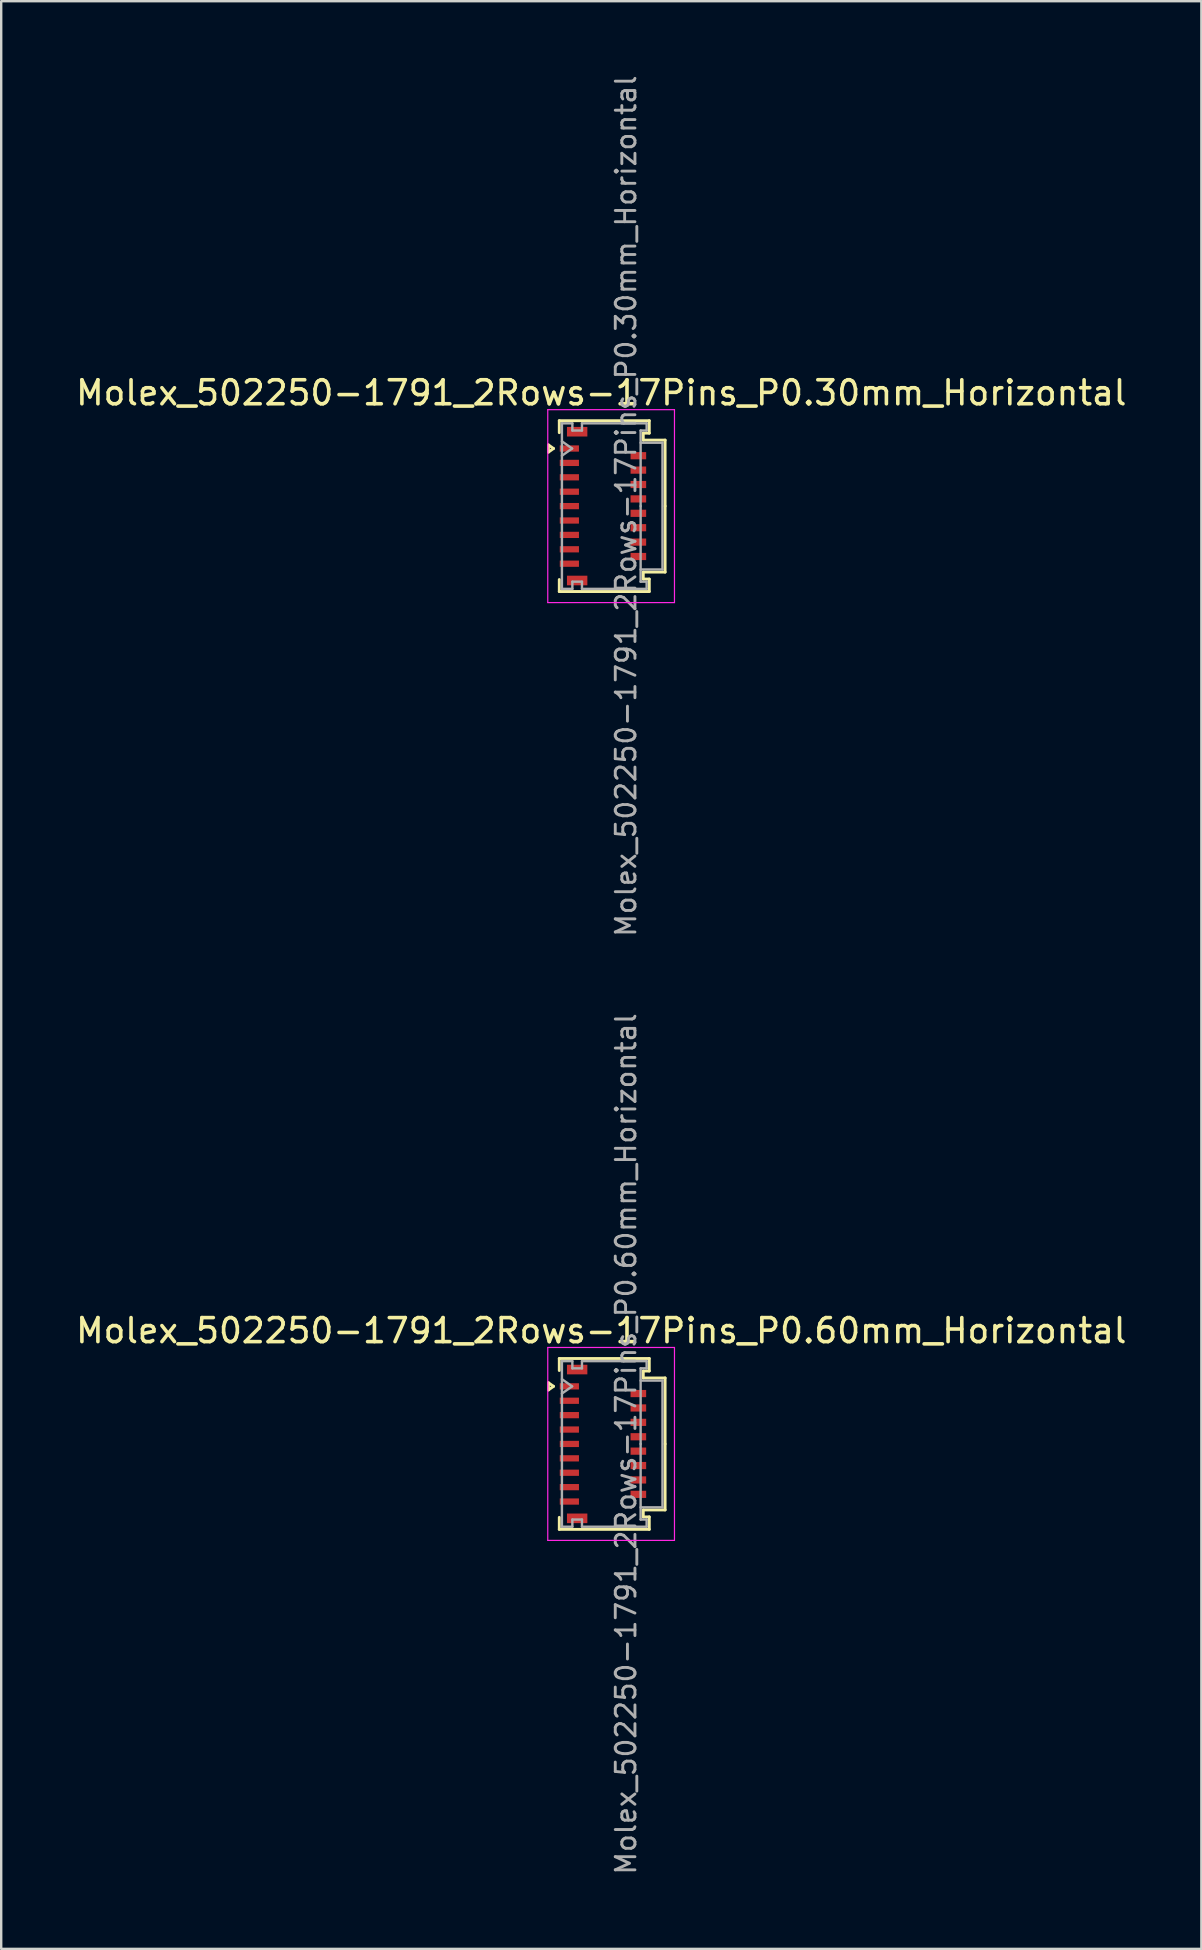
<source format=kicad_pcb>
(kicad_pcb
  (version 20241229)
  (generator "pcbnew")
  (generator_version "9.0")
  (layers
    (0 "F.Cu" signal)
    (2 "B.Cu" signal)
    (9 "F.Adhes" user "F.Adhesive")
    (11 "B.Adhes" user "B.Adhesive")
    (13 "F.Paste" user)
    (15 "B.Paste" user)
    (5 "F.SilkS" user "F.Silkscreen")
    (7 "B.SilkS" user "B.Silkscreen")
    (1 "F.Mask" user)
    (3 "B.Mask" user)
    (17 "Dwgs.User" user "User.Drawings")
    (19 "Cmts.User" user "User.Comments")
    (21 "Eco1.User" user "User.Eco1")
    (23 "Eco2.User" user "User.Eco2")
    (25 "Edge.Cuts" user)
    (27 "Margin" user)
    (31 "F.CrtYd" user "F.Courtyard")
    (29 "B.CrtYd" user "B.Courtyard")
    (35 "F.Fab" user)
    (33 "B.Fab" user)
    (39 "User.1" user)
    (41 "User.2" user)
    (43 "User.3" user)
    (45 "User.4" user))
  (footprint "Molex_502250-1791_2Rows-17Pins_P0.60mm_Horizontal"
    (layer "F.Cu")
    (at 22.076 57.121)
    (property "Reference" "Molex_502250-1791_2Rows-17Pins_P0.60mm_Horizontal" (at -0.07 -4.72 0) (layer "F.SilkS") (effects (font (size 1 1) (thickness 0.15))))
    (attr smd)
    (fp_line (start -2.272 -2.55) (end -2.06 -2.4) (stroke (width 0.12) (type solid)) (layer "F.SilkS"))
    (fp_line (start -2.272 -2.25) (end -2.272 -2.55) (stroke (width 0.12) (type solid)) (layer "F.SilkS"))
    (fp_line (start -2.06 -2.4) (end -2.272 -2.25) (stroke (width 0.12) (type solid)) (layer "F.SilkS"))
    (fp_line (start -1.82 -3.56) (end 1.93 -3.56) (stroke (width 0.12) (type solid)) (layer "F.SilkS"))
    (fp_line (start -1.82 -3.06) (end -1.82 -3.56) (stroke (width 0.12) (type solid)) (layer "F.SilkS"))
    (fp_line (start -1.82 3.06) (end -1.82 3.56) (stroke (width 0.12) (type solid)) (layer "F.SilkS"))
    (fp_line (start -1.82 3.56) (end 1.93 3.56) (stroke (width 0.12) (type solid)) (layer "F.SilkS"))
    (fp_line (start 1.68 -3.04) (end 1.68 -2.75) (stroke (width 0.12) (type solid)) (layer "F.SilkS"))
    (fp_line (start 1.68 -2.75) (end 2.59 -2.75) (stroke (width 0.12) (type solid)) (layer "F.SilkS"))
    (fp_line (start 1.68 2.75) (end 2.59 2.75) (stroke (width 0.12) (type solid)) (layer "F.SilkS"))
    (fp_line (start 1.68 3.04) (end 1.68 2.75) (stroke (width 0.12) (type solid)) (layer "F.SilkS"))
    (fp_line (start 1.93 -3.56) (end 1.93 -3.04) (stroke (width 0.12) (type solid)) (layer "F.SilkS"))
    (fp_line (start 1.93 -3.04) (end 1.68 -3.04) (stroke (width 0.12) (type solid)) (layer "F.SilkS"))
    (fp_line (start 1.93 3.04) (end 1.68 3.04) (stroke (width 0.12) (type solid)) (layer "F.SilkS"))
    (fp_line (start 1.93 3.56) (end 1.93 3.04) (stroke (width 0.12) (type solid)) (layer "F.SilkS"))
    (fp_line (start 2.59 -2.75) (end 2.59 0) (stroke (width 0.12) (type solid)) (layer "F.SilkS"))
    (fp_line (start 2.59 2.75) (end 2.59 0) (stroke (width 0.12) (type solid)) (layer "F.SilkS"))
    (fp_line (start -2.3 -4.02) (end -2.3 4.02) (stroke (width 0.05) (type solid)) (layer "F.CrtYd"))
    (fp_line (start -2.3 4.02) (end 2.98 4.02) (stroke (width 0.05) (type solid)) (layer "F.CrtYd"))
    (fp_line (start 2.98 -4.02) (end -2.3 -4.02) (stroke (width 0.05) (type solid)) (layer "F.CrtYd"))
    (fp_line (start 2.98 4.02) (end 2.98 -4.02) (stroke (width 0.05) (type solid)) (layer "F.CrtYd"))
    (fp_line (start -1.71 -3.45) (end -1.275 -3.45) (stroke (width 0.1) (type solid)) (layer "F.Fab"))
    (fp_line (start -1.71 -2.7) (end -1.286 -2.4) (stroke (width 0.1) (type solid)) (layer "F.Fab"))
    (fp_line (start -1.71 0) (end -1.71 -3.45) (stroke (width 0.1) (type solid)) (layer "F.Fab"))
    (fp_line (start -1.71 0) (end -1.71 3.45) (stroke (width 0.1) (type solid)) (layer "F.Fab"))
    (fp_line (start -1.71 3.45) (end -1.275 3.45) (stroke (width 0.1) (type solid)) (layer "F.Fab"))
    (fp_line (start -1.286 -2.4) (end -1.71 -2.1) (stroke (width 0.1) (type solid)) (layer "F.Fab"))
    (fp_line (start -1.275 -3.45) (end -1.275 -3.15) (stroke (width 0.1) (type solid)) (layer "F.Fab"))
    (fp_line (start -1.275 -3.15) (end -0.875 -3.15) (stroke (width 0.1) (type solid)) (layer "F.Fab"))
    (fp_line (start -1.275 3.15) (end -0.875 3.15) (stroke (width 0.1) (type solid)) (layer "F.Fab"))
    (fp_line (start -1.275 3.45) (end -1.275 3.15) (stroke (width 0.1) (type solid)) (layer "F.Fab"))
    (fp_line (start -0.875 -3.45) (end 1.82 -3.45) (stroke (width 0.1) (type solid)) (layer "F.Fab"))
    (fp_line (start -0.875 -3.15) (end -0.875 -3.45) (stroke (width 0.1) (type solid)) (layer "F.Fab"))
    (fp_line (start -0.875 3.15) (end -0.875 3.45) (stroke (width 0.1) (type solid)) (layer "F.Fab"))
    (fp_line (start -0.875 3.45) (end 1.82 3.45) (stroke (width 0.1) (type solid)) (layer "F.Fab"))
    (fp_line (start 1.57 -3.15) (end 1.57 0) (stroke (width 0.1) (type solid)) (layer "F.Fab"))
    (fp_line (start 1.57 -2.64) (end 2.48 -2.64) (stroke (width 0.1) (type solid)) (layer "F.Fab"))
    (fp_line (start 1.57 3.15) (end 1.57 0) (stroke (width 0.1) (type solid)) (layer "F.Fab"))
    (fp_line (start 1.82 -3.45) (end 1.82 -3.15) (stroke (width 0.1) (type solid)) (layer "F.Fab"))
    (fp_line (start 1.82 -3.15) (end 1.57 -3.15) (stroke (width 0.1) (type solid)) (layer "F.Fab"))
    (fp_line (start 1.82 3.15) (end 1.57 3.15) (stroke (width 0.1) (type solid)) (layer "F.Fab"))
    (fp_line (start 1.82 3.45) (end 1.82 3.15) (stroke (width 0.1) (type solid)) (layer "F.Fab"))
    (fp_line (start 2.48 -2.64) (end 2.48 2.64) (stroke (width 0.1) (type solid)) (layer "F.Fab"))
    (fp_line (start 2.48 2.64) (end 1.57 2.64) (stroke (width 0.1) (type solid)) (layer "F.Fab"))
    (fp_text user "${REFERENCE}" (at 0.96 0 90) (layer "F.Fab") (effects (font (size 0.82 0.82) (thickness 0.12))))
    (pad "" smd rect (at -1.075 -3.1) (size 0.85 0.4) (layers "F.Cu" "F.Mask" "F.Paste"))
    (pad "" smd rect (at -1.075 3.1) (size 0.85 0.4) (layers "F.Cu" "F.Mask" "F.Paste"))
    (pad "1" smd rect (at -1.4 -2.4) (size 0.8 0.26) (layers "F.Cu" "F.Mask" "F.Paste"))
    (pad "2" smd rect (at 1.475 -2.1) (size 0.65 0.3) (layers "F.Cu" "F.Mask" "F.Paste"))
    (pad "3" smd rect (at -1.4 -1.8) (size 0.8 0.26) (layers "F.Cu" "F.Mask" "F.Paste"))
    (pad "4" smd rect (at 1.475 -1.5) (size 0.65 0.3) (layers "F.Cu" "F.Mask" "F.Paste"))
    (pad "5" smd rect (at -1.4 -1.2) (size 0.8 0.26) (layers "F.Cu" "F.Mask" "F.Paste"))
    (pad "6" smd rect (at 1.475 -0.9) (size 0.65 0.3) (layers "F.Cu" "F.Mask" "F.Paste"))
    (pad "7" smd rect (at -1.4 -0.6) (size 0.8 0.26) (layers "F.Cu" "F.Mask" "F.Paste"))
    (pad "8" smd rect (at 1.475 -0.3) (size 0.65 0.3) (layers "F.Cu" "F.Mask" "F.Paste"))
    (pad "9" smd rect (at -1.4 0) (size 0.8 0.26) (layers "F.Cu" "F.Mask" "F.Paste"))
    (pad "10" smd rect (at 1.475 0.3) (size 0.65 0.3) (layers "F.Cu" "F.Mask" "F.Paste"))
    (pad "11" smd rect (at -1.4 0.6) (size 0.8 0.26) (layers "F.Cu" "F.Mask" "F.Paste"))
    (pad "12" smd rect (at 1.475 0.9) (size 0.65 0.3) (layers "F.Cu" "F.Mask" "F.Paste"))
    (pad "13" smd rect (at -1.4 1.2) (size 0.8 0.26) (layers "F.Cu" "F.Mask" "F.Paste"))
    (pad "14" smd rect (at 1.475 1.5) (size 0.65 0.3) (layers "F.Cu" "F.Mask" "F.Paste"))
    (pad "15" smd rect (at -1.4 1.8) (size 0.8 0.26) (layers "F.Cu" "F.Mask" "F.Paste"))
    (pad "16" smd rect (at 1.475 2.1) (size 0.65 0.3) (layers "F.Cu" "F.Mask" "F.Paste"))
    (pad "17" smd rect (at -1.4 2.4) (size 0.8 0.26) (layers "F.Cu" "F.Mask" "F.Paste")))
  (footprint "Molex_502250-1791_2Rows-17Pins_P0.30mm_Horizontal"
    (layer "F.Cu")
    (at 22.076 18.04)
    (property "Reference" "Molex_502250-1791_2Rows-17Pins_P0.30mm_Horizontal" (at -0.07 -4.72 0) (layer "F.SilkS") (effects (font (size 1 1) (thickness 0.15))))
    (attr smd)
    (fp_line (start -2.272 -2.55) (end -2.06 -2.4) (stroke (width 0.12) (type solid)) (layer "F.SilkS"))
    (fp_line (start -2.272 -2.25) (end -2.272 -2.55) (stroke (width 0.12) (type solid)) (layer "F.SilkS"))
    (fp_line (start -2.06 -2.4) (end -2.272 -2.25) (stroke (width 0.12) (type solid)) (layer "F.SilkS"))
    (fp_line (start -1.82 -3.56) (end 1.93 -3.56) (stroke (width 0.12) (type solid)) (layer "F.SilkS"))
    (fp_line (start -1.82 -3.06) (end -1.82 -3.56) (stroke (width 0.12) (type solid)) (layer "F.SilkS"))
    (fp_line (start -1.82 3.06) (end -1.82 3.56) (stroke (width 0.12) (type solid)) (layer "F.SilkS"))
    (fp_line (start -1.82 3.56) (end 1.93 3.56) (stroke (width 0.12) (type solid)) (layer "F.SilkS"))
    (fp_line (start 1.68 -3.04) (end 1.68 -2.75) (stroke (width 0.12) (type solid)) (layer "F.SilkS"))
    (fp_line (start 1.68 -2.75) (end 2.59 -2.75) (stroke (width 0.12) (type solid)) (layer "F.SilkS"))
    (fp_line (start 1.68 2.75) (end 2.59 2.75) (stroke (width 0.12) (type solid)) (layer "F.SilkS"))
    (fp_line (start 1.68 3.04) (end 1.68 2.75) (stroke (width 0.12) (type solid)) (layer "F.SilkS"))
    (fp_line (start 1.93 -3.56) (end 1.93 -3.04) (stroke (width 0.12) (type solid)) (layer "F.SilkS"))
    (fp_line (start 1.93 -3.04) (end 1.68 -3.04) (stroke (width 0.12) (type solid)) (layer "F.SilkS"))
    (fp_line (start 1.93 3.04) (end 1.68 3.04) (stroke (width 0.12) (type solid)) (layer "F.SilkS"))
    (fp_line (start 1.93 3.56) (end 1.93 3.04) (stroke (width 0.12) (type solid)) (layer "F.SilkS"))
    (fp_line (start 2.59 -2.75) (end 2.59 0) (stroke (width 0.12) (type solid)) (layer "F.SilkS"))
    (fp_line (start 2.59 2.75) (end 2.59 0) (stroke (width 0.12) (type solid)) (layer "F.SilkS"))
    (fp_line (start -2.3 -4.02) (end -2.3 4.02) (stroke (width 0.05) (type solid)) (layer "F.CrtYd"))
    (fp_line (start -2.3 4.02) (end 2.98 4.02) (stroke (width 0.05) (type solid)) (layer "F.CrtYd"))
    (fp_line (start 2.98 -4.02) (end -2.3 -4.02) (stroke (width 0.05) (type solid)) (layer "F.CrtYd"))
    (fp_line (start 2.98 4.02) (end 2.98 -4.02) (stroke (width 0.05) (type solid)) (layer "F.CrtYd"))
    (fp_line (start -1.71 -3.45) (end -1.275 -3.45) (stroke (width 0.1) (type solid)) (layer "F.Fab"))
    (fp_line (start -1.71 -2.7) (end -1.286 -2.4) (stroke (width 0.1) (type solid)) (layer "F.Fab"))
    (fp_line (start -1.71 0) (end -1.71 -3.45) (stroke (width 0.1) (type solid)) (layer "F.Fab"))
    (fp_line (start -1.71 0) (end -1.71 3.45) (stroke (width 0.1) (type solid)) (layer "F.Fab"))
    (fp_line (start -1.71 3.45) (end -1.275 3.45) (stroke (width 0.1) (type solid)) (layer "F.Fab"))
    (fp_line (start -1.286 -2.4) (end -1.71 -2.1) (stroke (width 0.1) (type solid)) (layer "F.Fab"))
    (fp_line (start -1.275 -3.45) (end -1.275 -3.15) (stroke (width 0.1) (type solid)) (layer "F.Fab"))
    (fp_line (start -1.275 -3.15) (end -0.875 -3.15) (stroke (width 0.1) (type solid)) (layer "F.Fab"))
    (fp_line (start -1.275 3.15) (end -0.875 3.15) (stroke (width 0.1) (type solid)) (layer "F.Fab"))
    (fp_line (start -1.275 3.45) (end -1.275 3.15) (stroke (width 0.1) (type solid)) (layer "F.Fab"))
    (fp_line (start -0.875 -3.45) (end 1.82 -3.45) (stroke (width 0.1) (type solid)) (layer "F.Fab"))
    (fp_line (start -0.875 -3.15) (end -0.875 -3.45) (stroke (width 0.1) (type solid)) (layer "F.Fab"))
    (fp_line (start -0.875 3.15) (end -0.875 3.45) (stroke (width 0.1) (type solid)) (layer "F.Fab"))
    (fp_line (start -0.875 3.45) (end 1.82 3.45) (stroke (width 0.1) (type solid)) (layer "F.Fab"))
    (fp_line (start 1.57 -3.15) (end 1.57 0) (stroke (width 0.1) (type solid)) (layer "F.Fab"))
    (fp_line (start 1.57 -2.64) (end 2.48 -2.64) (stroke (width 0.1) (type solid)) (layer "F.Fab"))
    (fp_line (start 1.57 3.15) (end 1.57 0) (stroke (width 0.1) (type solid)) (layer "F.Fab"))
    (fp_line (start 1.82 -3.45) (end 1.82 -3.15) (stroke (width 0.1) (type solid)) (layer "F.Fab"))
    (fp_line (start 1.82 -3.15) (end 1.57 -3.15) (stroke (width 0.1) (type solid)) (layer "F.Fab"))
    (fp_line (start 1.82 3.15) (end 1.57 3.15) (stroke (width 0.1) (type solid)) (layer "F.Fab"))
    (fp_line (start 1.82 3.45) (end 1.82 3.15) (stroke (width 0.1) (type solid)) (layer "F.Fab"))
    (fp_line (start 2.48 -2.64) (end 2.48 2.64) (stroke (width 0.1) (type solid)) (layer "F.Fab"))
    (fp_line (start 2.48 2.64) (end 1.57 2.64) (stroke (width 0.1) (type solid)) (layer "F.Fab"))
    (fp_text user "${REFERENCE}" (at 0.96 0 90) (layer "F.Fab") (effects (font (size 0.82 0.82) (thickness 0.12))))
    (pad "" smd rect (at -1.075 -3.1) (size 0.85 0.4) (layers "F.Cu" "F.Mask" "F.Paste"))
    (pad "" smd rect (at -1.075 3.1) (size 0.85 0.4) (layers "F.Cu" "F.Mask" "F.Paste"))
    (pad "1" smd rect (at -1.4 -2.4) (size 0.8 0.26) (layers "F.Cu" "F.Mask" "F.Paste"))
    (pad "2" smd rect (at 1.475 -2.1) (size 0.65 0.3) (layers "F.Cu" "F.Mask" "F.Paste"))
    (pad "3" smd rect (at -1.4 -1.8) (size 0.8 0.26) (layers "F.Cu" "F.Mask" "F.Paste"))
    (pad "4" smd rect (at 1.475 -1.5) (size 0.65 0.3) (layers "F.Cu" "F.Mask" "F.Paste"))
    (pad "5" smd rect (at -1.4 -1.2) (size 0.8 0.26) (layers "F.Cu" "F.Mask" "F.Paste"))
    (pad "6" smd rect (at 1.475 -0.9) (size 0.65 0.3) (layers "F.Cu" "F.Mask" "F.Paste"))
    (pad "7" smd rect (at -1.4 -0.6) (size 0.8 0.26) (layers "F.Cu" "F.Mask" "F.Paste"))
    (pad "8" smd rect (at 1.475 -0.3) (size 0.65 0.3) (layers "F.Cu" "F.Mask" "F.Paste"))
    (pad "9" smd rect (at -1.4 0) (size 0.8 0.26) (layers "F.Cu" "F.Mask" "F.Paste"))
    (pad "10" smd rect (at 1.475 0.3) (size 0.65 0.3) (layers "F.Cu" "F.Mask" "F.Paste"))
    (pad "11" smd rect (at -1.4 0.6) (size 0.8 0.26) (layers "F.Cu" "F.Mask" "F.Paste"))
    (pad "12" smd rect (at 1.475 0.9) (size 0.65 0.3) (layers "F.Cu" "F.Mask" "F.Paste"))
    (pad "13" smd rect (at -1.4 1.2) (size 0.8 0.26) (layers "F.Cu" "F.Mask" "F.Paste"))
    (pad "14" smd rect (at 1.475 1.5) (size 0.65 0.3) (layers "F.Cu" "F.Mask" "F.Paste"))
    (pad "15" smd rect (at -1.4 1.8) (size 0.8 0.26) (layers "F.Cu" "F.Mask" "F.Paste"))
    (pad "16" smd rect (at 1.475 2.1) (size 0.65 0.3) (layers "F.Cu" "F.Mask" "F.Paste"))
    (pad "17" smd rect (at -1.4 2.4) (size 0.8 0.26) (layers "F.Cu" "F.Mask" "F.Paste")))
  (gr_rect
    (start -3 -3)
    (end 47.012 78.162)
    (stroke (width 0.1) (type default))
    (fill no)
    (layer "Edge.Cuts")))
</source>
